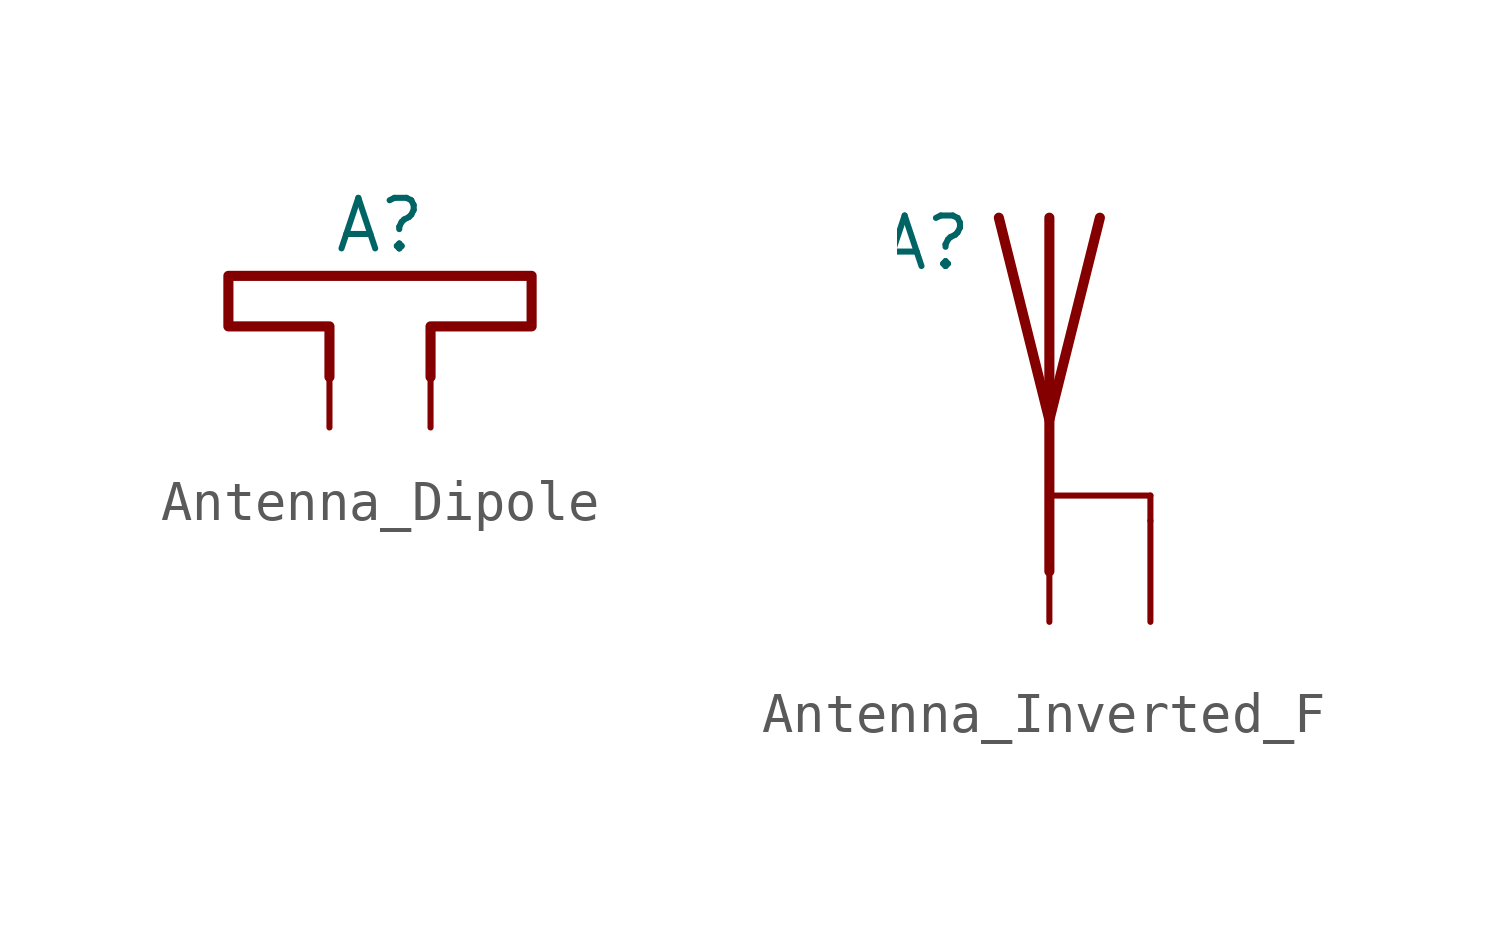
<source format=kicad_sym>
(kicad_symbol_lib
  (version 20220914)
  (generator kicad_symbol_editor)
  (symbol "Antenna_Dipole"
    (pin_numbers hide)
    (pin_names
      (offset 1.016) hide)
    (property "Reference" "A"
      (at 0 1.27 0)
      (effects (font (size 1.27 1.27))))
    (symbol "Antenna_Dipole_0_1"
      (polyline (pts (xy 1.27 -2.54) (xy 1.27 -1.27) (xy 3.81 -1.27) (xy 3.81 0) (xy -3.81 0) (xy -3.81 -1.27) (xy -1.27 -1.27) (xy -1.27 -2.54)) (stroke (width 0.254) (type default)) (fill (type none))))
    (symbol "Antenna_Dipole_1_1"
      (pin input line (at -1.27 -3.81 90) (length 2.54) (name "~" (effects (font (size 1.27 1.27)))) (number "1" (effects (font (size 1.27 1.27)))))
      (pin input line (at 1.27 -3.81 90) (length 2.54) (name "~" (effects (font (size 1.27 1.27)))) (number "2" (effects (font (size 1.27 1.27)))))))
  (symbol "Antenna_Inverted_F"
    (pin_numbers hide)
    (pin_names
      (offset 1.016) hide)
    (property "Reference" "A"
      (at -1.905 4.445 0)
      (effects (font (size 1.27 1.27)) (justify right)))
    (symbol "Antenna_Inverted_F_0_1"
      (polyline (pts (xy 0 -2.54) (xy 0 0)) (stroke (width 0) (type default)) (fill (type none)))
      (polyline (pts (xy 0 -1.905) (xy 2.54 -1.905)) (stroke (width 0) (type default)) (fill (type none)))
      (polyline (pts (xy 0 5.08) (xy 0 -3.81)) (stroke (width 0.254) (type default)) (fill (type none)))
      (polyline (pts (xy 2.54 -2.54) (xy 2.54 -1.905)) (stroke (width 0) (type default)) (fill (type none)))
      (polyline (pts (xy 1.27 5.08) (xy 0 0) (xy -1.27 5.08)) (stroke (width 0.254) (type default)) (fill (type none))))
    (symbol "Antenna_Inverted_F_1_1"
      (pin input line (at 0 -5.08 90) (length 2.54) (name "A" (effects (font (size 1.27 1.27)))) (number "1" (effects (font (size 1.27 1.27)))))
      (pin input line (at 2.54 -5.08 90) (length 2.54) (name "GND" (effects (font (size 1.27 1.27)))) (number "2" (effects (font (size 1.27 1.27))))))))
</source>
